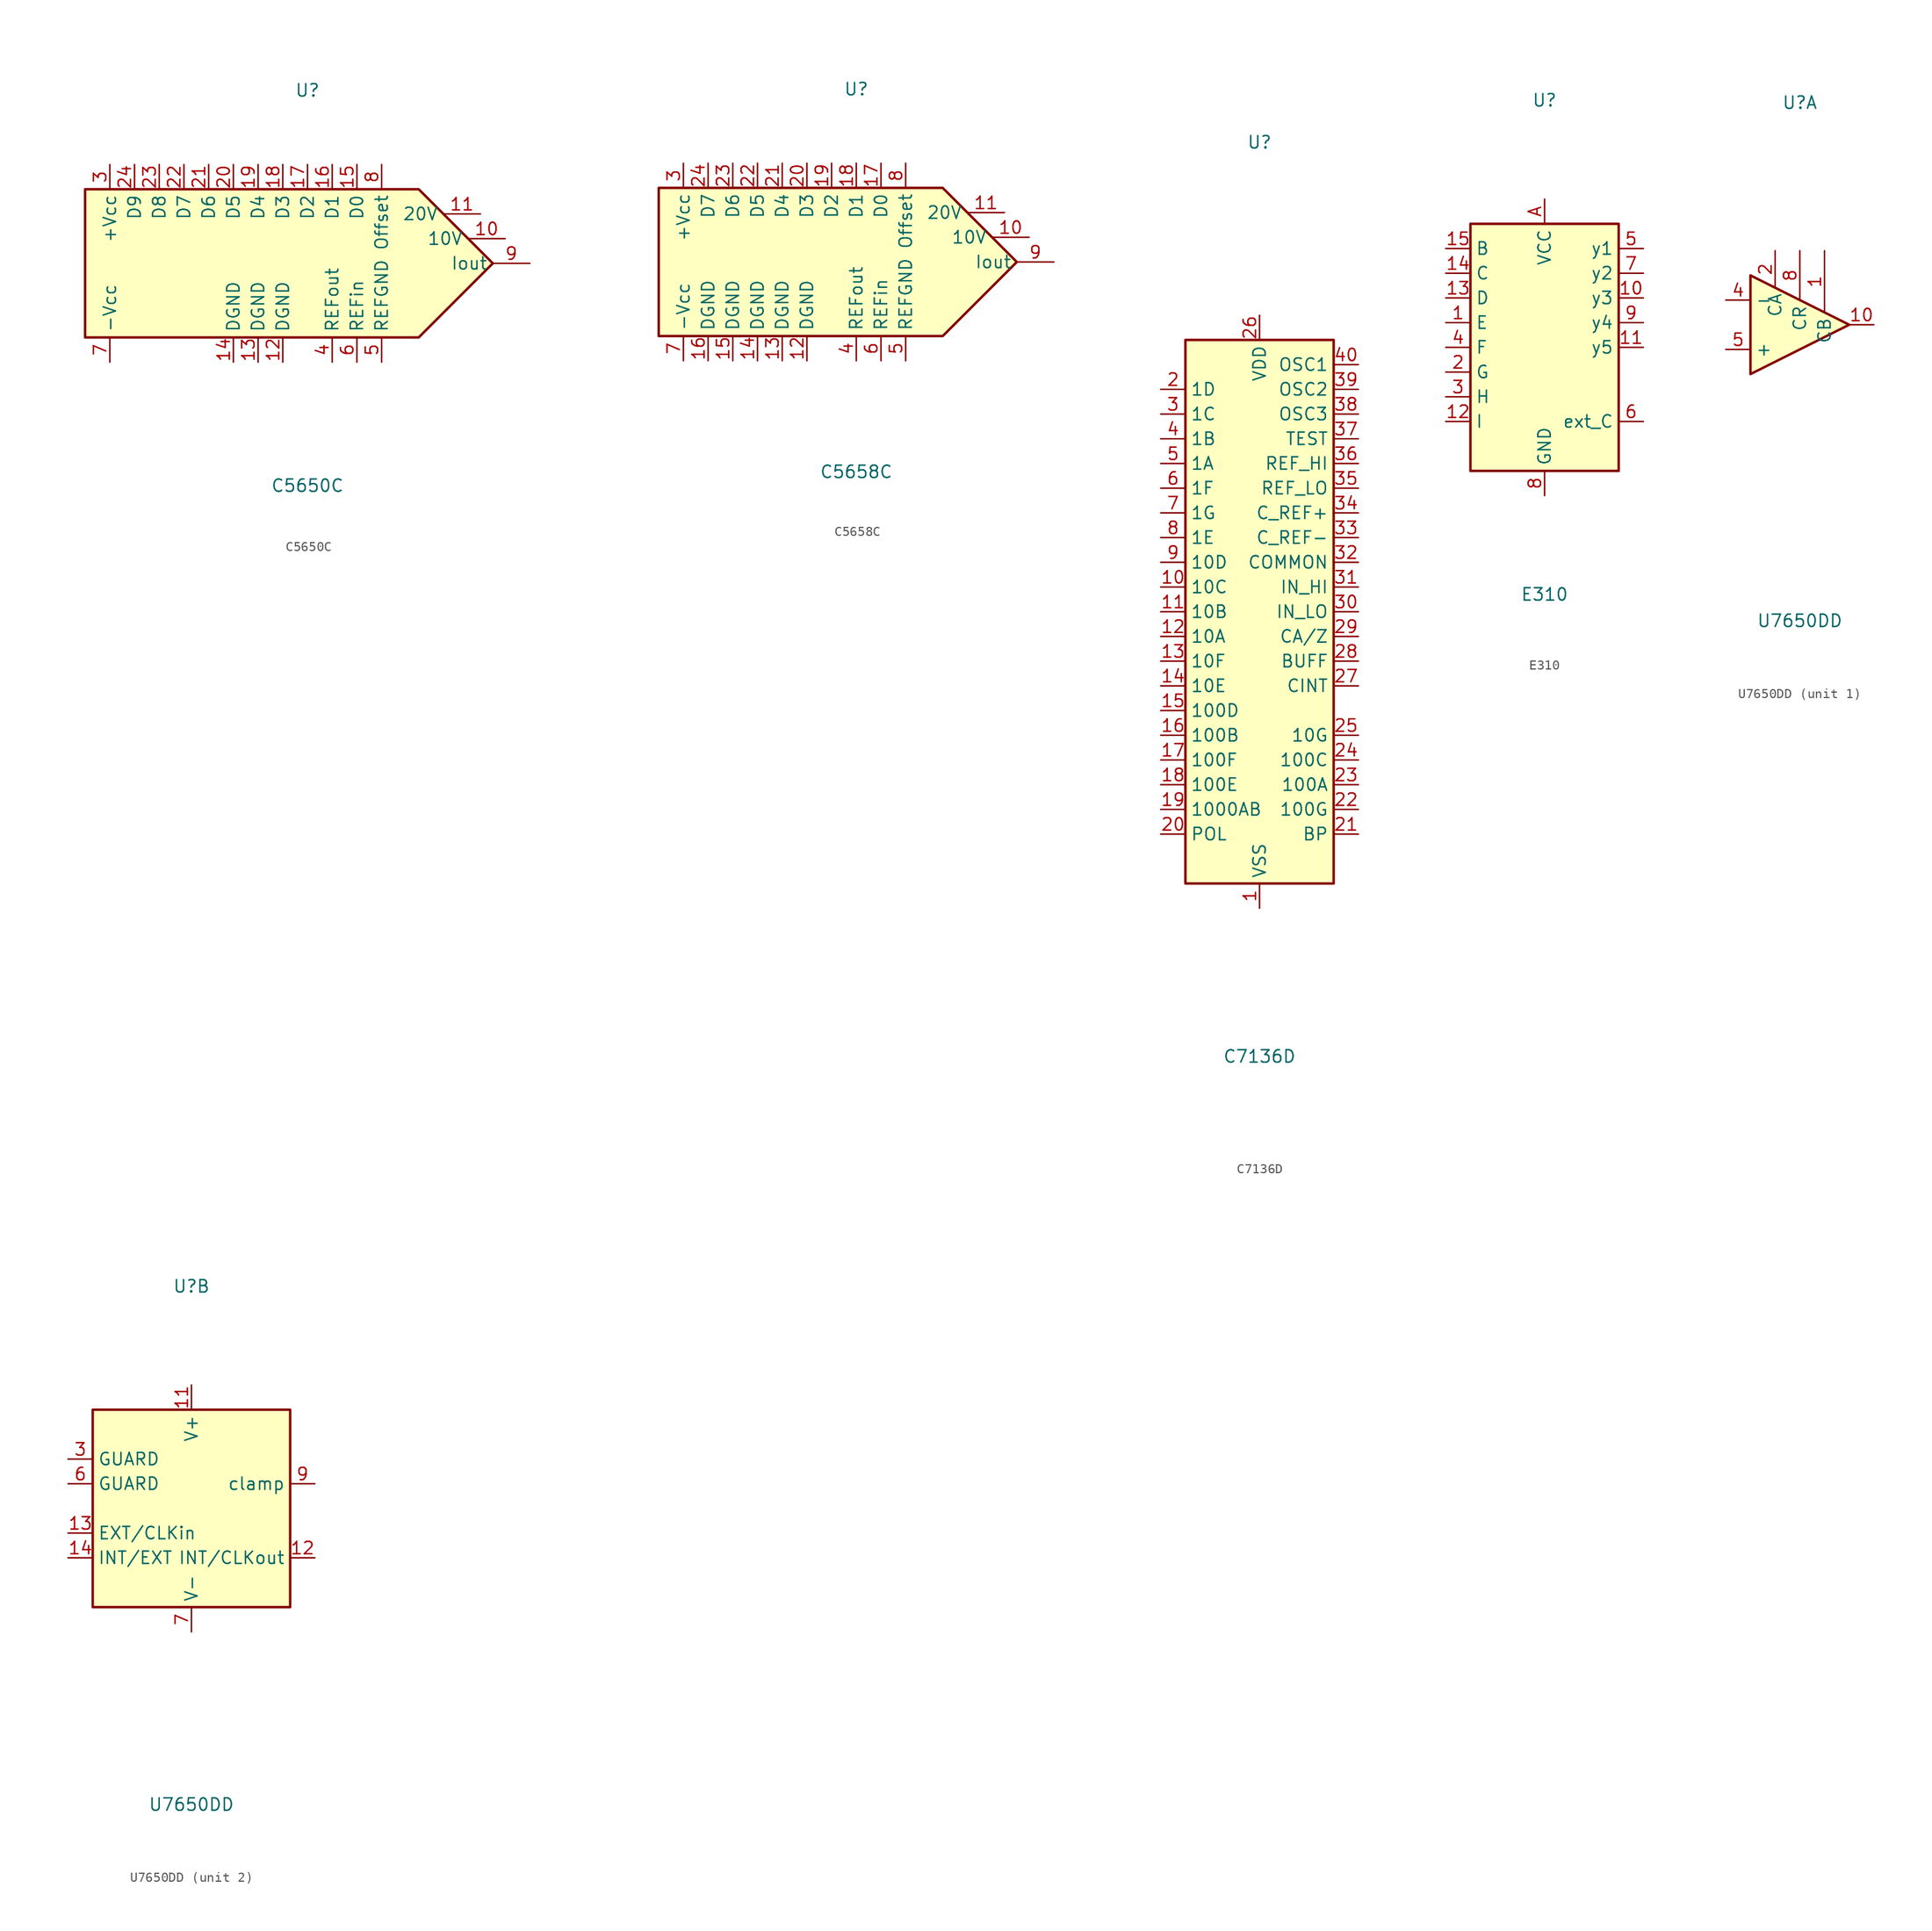
<source format=kicad_sym>
(kicad_symbol_lib
  (version 20211014)
  (generator kicad_symbol_editor)
  (symbol "C5650C"
    (property "Reference" "U"
      (at 0 17.78 0)
      (effects (font (size 1.27 1.27))))
    (property "Value" "C5650C"
      (at 0 -22.86 0)
      (effects (font (size 1.27 1.27))))
    (symbol "C5650C_1_1"
      (polyline (pts (xy -22.86 7.62) (xy 11.43 7.62) (xy 19.05 0) (xy 11.43 -7.62) (xy -22.86 -7.62) (xy -22.86 7.62)) (stroke (width 0.254) (type default) (color 0 0 0 0)) (fill (type background)))
      (pin no_connect line (at -22.86 0 0) (length 2.54) hide (name "~" (effects (font (size 1.27 1.27)))) (number "1" (effects (font (size 1.27 1.27)))))
      (pin output line (at 20.32 2.54 180) (length 3.81) (name "10V" (effects (font (size 1.27 1.27)))) (number "10" (effects (font (size 1.27 1.27)))))
      (pin output line (at 17.78 5.08 180) (length 3.81) (name "20V" (effects (font (size 1.27 1.27)))) (number "11" (effects (font (size 1.27 1.27)))))
      (pin power_in line (at -2.54 -10.16 90) (length 2.54) (name "DGND" (effects (font (size 1.27 1.27)))) (number "12" (effects (font (size 1.27 1.27)))))
      (pin power_in line (at -5.08 -10.16 90) (length 2.54) (name "DGND" (effects (font (size 1.27 1.27)))) (number "13" (effects (font (size 1.27 1.27)))))
      (pin power_in line (at -7.62 -10.16 90) (length 2.54) (name "DGND" (effects (font (size 1.27 1.27)))) (number "14" (effects (font (size 1.27 1.27)))))
      (pin input line (at 5.08 10.16 270) (length 2.54) (name "D0" (effects (font (size 1.27 1.27)))) (number "15" (effects (font (size 1.27 1.27)))))
      (pin input line (at 2.54 10.16 270) (length 2.54) (name "D1" (effects (font (size 1.27 1.27)))) (number "16" (effects (font (size 1.27 1.27)))))
      (pin input line (at 0 10.16 270) (length 2.54) (name "D2" (effects (font (size 1.27 1.27)))) (number "17" (effects (font (size 1.27 1.27)))))
      (pin input line (at -2.54 10.16 270) (length 2.54) (name "D3" (effects (font (size 1.27 1.27)))) (number "18" (effects (font (size 1.27 1.27)))))
      (pin input line (at -5.08 10.16 270) (length 2.54) (name "D4" (effects (font (size 1.27 1.27)))) (number "19" (effects (font (size 1.27 1.27)))))
      (pin no_connect line (at -22.86 -2.54 0) (length 2.54) hide (name "~" (effects (font (size 1.27 1.27)))) (number "2" (effects (font (size 1.27 1.27)))))
      (pin input line (at -7.62 10.16 270) (length 2.54) (name "D5" (effects (font (size 1.27 1.27)))) (number "20" (effects (font (size 1.27 1.27)))))
      (pin input line (at -10.16 10.16 270) (length 2.54) (name "D6" (effects (font (size 1.27 1.27)))) (number "21" (effects (font (size 1.27 1.27)))))
      (pin input line (at -12.7 10.16 270) (length 2.54) (name "D7" (effects (font (size 1.27 1.27)))) (number "22" (effects (font (size 1.27 1.27)))))
      (pin input line (at -15.24 10.16 270) (length 2.54) (name "D8" (effects (font (size 1.27 1.27)))) (number "23" (effects (font (size 1.27 1.27)))))
      (pin input line (at -17.78 10.16 270) (length 2.54) (name "D9" (effects (font (size 1.27 1.27)))) (number "24" (effects (font (size 1.27 1.27)))))
      (pin power_in line (at -20.32 10.16 270) (length 2.54) (name "+Vcc" (effects (font (size 1.27 1.27)))) (number "3" (effects (font (size 1.27 1.27)))))
      (pin power_out line (at 2.54 -10.16 90) (length 2.54) (name "REFout" (effects (font (size 1.27 1.27)))) (number "4" (effects (font (size 1.27 1.27)))))
      (pin power_in line (at 7.62 -10.16 90) (length 2.54) (name "REFGND" (effects (font (size 1.27 1.27)))) (number "5" (effects (font (size 1.27 1.27)))))
      (pin input line (at 5.08 -10.16 90) (length 2.54) (name "REFin" (effects (font (size 1.27 1.27)))) (number "6" (effects (font (size 1.27 1.27)))))
      (pin input line (at -20.32 -10.16 90) (length 2.54) (name "-Vcc" (effects (font (size 1.27 1.27)))) (number "7" (effects (font (size 1.27 1.27)))))
      (pin input line (at 7.62 10.16 270) (length 2.54) (name "Offset" (effects (font (size 1.27 1.27)))) (number "8" (effects (font (size 1.27 1.27)))))
      (pin output line (at 22.86 0 180) (length 3.81) (name "Iout" (effects (font (size 1.27 1.27)))) (number "9" (effects (font (size 1.27 1.27)))))))
  (symbol "C5658C"
    (property "Reference" "U"
      (at 0 17.78 0)
      (effects (font (size 1.27 1.27))))
    (property "Value" "C5658C"
      (at 0 -21.59 0)
      (effects (font (size 1.27 1.27))))
    (symbol "C5658C_1_1"
      (polyline (pts (xy -20.32 7.62) (xy 8.89 7.62) (xy 16.51 0) (xy 8.89 -7.62) (xy -20.32 -7.62) (xy -20.32 7.62)) (stroke (width 0.254) (type default) (color 0 0 0 0)) (fill (type background)))
      (pin no_connect line (at -20.32 0 0) (length 2.54) hide (name "~" (effects (font (size 1.27 1.27)))) (number "1" (effects (font (size 1.27 1.27)))))
      (pin output line (at 17.78 2.54 180) (length 3.81) (name "10V" (effects (font (size 1.27 1.27)))) (number "10" (effects (font (size 1.27 1.27)))))
      (pin output line (at 15.24 5.08 180) (length 3.81) (name "20V" (effects (font (size 1.27 1.27)))) (number "11" (effects (font (size 1.27 1.27)))))
      (pin power_in line (at -5.08 -10.16 90) (length 2.54) (name "DGND" (effects (font (size 1.27 1.27)))) (number "12" (effects (font (size 1.27 1.27)))))
      (pin power_in line (at -7.62 -10.16 90) (length 2.54) (name "DGND" (effects (font (size 1.27 1.27)))) (number "13" (effects (font (size 1.27 1.27)))))
      (pin power_in line (at -10.16 -10.16 90) (length 2.54) (name "DGND" (effects (font (size 1.27 1.27)))) (number "14" (effects (font (size 1.27 1.27)))))
      (pin power_in line (at -12.7 -10.16 90) (length 2.54) (name "DGND" (effects (font (size 1.27 1.27)))) (number "15" (effects (font (size 1.27 1.27)))))
      (pin power_in line (at -15.24 -10.16 90) (length 2.54) (name "DGND" (effects (font (size 1.27 1.27)))) (number "16" (effects (font (size 1.27 1.27)))))
      (pin input line (at 2.54 10.16 270) (length 2.54) (name "D0" (effects (font (size 1.27 1.27)))) (number "17" (effects (font (size 1.27 1.27)))))
      (pin input line (at 0 10.16 270) (length 2.54) (name "D1" (effects (font (size 1.27 1.27)))) (number "18" (effects (font (size 1.27 1.27)))))
      (pin input line (at -2.54 10.16 270) (length 2.54) (name "D2" (effects (font (size 1.27 1.27)))) (number "19" (effects (font (size 1.27 1.27)))))
      (pin no_connect line (at -20.32 -2.54 0) (length 2.54) hide (name "~" (effects (font (size 1.27 1.27)))) (number "2" (effects (font (size 1.27 1.27)))))
      (pin input line (at -5.08 10.16 270) (length 2.54) (name "D3" (effects (font (size 1.27 1.27)))) (number "20" (effects (font (size 1.27 1.27)))))
      (pin input line (at -7.62 10.16 270) (length 2.54) (name "D4" (effects (font (size 1.27 1.27)))) (number "21" (effects (font (size 1.27 1.27)))))
      (pin input line (at -10.16 10.16 270) (length 2.54) (name "D5" (effects (font (size 1.27 1.27)))) (number "22" (effects (font (size 1.27 1.27)))))
      (pin input line (at -12.7 10.16 270) (length 2.54) (name "D6" (effects (font (size 1.27 1.27)))) (number "23" (effects (font (size 1.27 1.27)))))
      (pin input line (at -15.24 10.16 270) (length 2.54) (name "D7" (effects (font (size 1.27 1.27)))) (number "24" (effects (font (size 1.27 1.27)))))
      (pin power_in line (at -17.78 10.16 270) (length 2.54) (name "+Vcc" (effects (font (size 1.27 1.27)))) (number "3" (effects (font (size 1.27 1.27)))))
      (pin power_out line (at 0 -10.16 90) (length 2.54) (name "REFout" (effects (font (size 1.27 1.27)))) (number "4" (effects (font (size 1.27 1.27)))))
      (pin power_in line (at 5.08 -10.16 90) (length 2.54) (name "REFGND" (effects (font (size 1.27 1.27)))) (number "5" (effects (font (size 1.27 1.27)))))
      (pin input line (at 2.54 -10.16 90) (length 2.54) (name "REFin" (effects (font (size 1.27 1.27)))) (number "6" (effects (font (size 1.27 1.27)))))
      (pin input line (at -17.78 -10.16 90) (length 2.54) (name "-Vcc" (effects (font (size 1.27 1.27)))) (number "7" (effects (font (size 1.27 1.27)))))
      (pin input line (at 5.08 10.16 270) (length 2.54) (name "Offset" (effects (font (size 1.27 1.27)))) (number "8" (effects (font (size 1.27 1.27)))))
      (pin output line (at 20.32 0 180) (length 3.81) (name "Iout" (effects (font (size 1.27 1.27)))) (number "9" (effects (font (size 1.27 1.27)))))))
  (symbol "C7136D"
    (property "Reference" "U"
      (at 0 48.26 0)
      (effects (font (size 1.27 1.27))))
    (property "Value" "C7136D"
      (at 0 -45.72 0)
      (effects (font (size 1.27 1.27))))
    (symbol "C7136D_0_0"
      (pin power_in line (at 0 -30.48 90) (length 2.54) (name "VSS" (effects (font (size 1.27 1.27)))) (number "1" (effects (font (size 1.27 1.27)))))
      (pin output line (at -10.16 2.54 0) (length 2.54) (name "10C" (effects (font (size 1.27 1.27)))) (number "10" (effects (font (size 1.27 1.27)))))
      (pin output line (at -10.16 0 0) (length 2.54) (name "10B" (effects (font (size 1.27 1.27)))) (number "11" (effects (font (size 1.27 1.27)))))
      (pin output line (at -10.16 -2.54 0) (length 2.54) (name "10A" (effects (font (size 1.27 1.27)))) (number "12" (effects (font (size 1.27 1.27)))))
      (pin output line (at -10.16 -5.08 0) (length 2.54) (name "10F" (effects (font (size 1.27 1.27)))) (number "13" (effects (font (size 1.27 1.27)))))
      (pin output line (at -10.16 -7.62 0) (length 2.54) (name "10E" (effects (font (size 1.27 1.27)))) (number "14" (effects (font (size 1.27 1.27)))))
      (pin output line (at -10.16 -10.16 0) (length 2.54) (name "100D" (effects (font (size 1.27 1.27)))) (number "15" (effects (font (size 1.27 1.27)))))
      (pin output line (at -10.16 -12.7 0) (length 2.54) (name "100B" (effects (font (size 1.27 1.27)))) (number "16" (effects (font (size 1.27 1.27)))))
      (pin output line (at -10.16 -15.24 0) (length 2.54) (name "100F" (effects (font (size 1.27 1.27)))) (number "17" (effects (font (size 1.27 1.27)))))
      (pin output line (at -10.16 -17.78 0) (length 2.54) (name "100E" (effects (font (size 1.27 1.27)))) (number "18" (effects (font (size 1.27 1.27)))))
      (pin output line (at -10.16 -20.32 0) (length 2.54) (name "1000AB" (effects (font (size 1.27 1.27)))) (number "19" (effects (font (size 1.27 1.27)))))
      (pin output line (at -10.16 22.86 0) (length 2.54) (name "1D" (effects (font (size 1.27 1.27)))) (number "2" (effects (font (size 1.27 1.27)))))
      (pin unspecified line (at -10.16 -22.86 0) (length 2.54) (name "POL" (effects (font (size 1.27 1.27)))) (number "20" (effects (font (size 1.27 1.27)))))
      (pin unspecified line (at 10.16 -22.86 180) (length 2.54) (name "BP" (effects (font (size 1.27 1.27)))) (number "21" (effects (font (size 1.27 1.27)))))
      (pin output line (at 10.16 -20.32 180) (length 2.54) (name "100G" (effects (font (size 1.27 1.27)))) (number "22" (effects (font (size 1.27 1.27)))))
      (pin output line (at 10.16 -17.78 180) (length 2.54) (name "100A" (effects (font (size 1.27 1.27)))) (number "23" (effects (font (size 1.27 1.27)))))
      (pin output line (at 10.16 -15.24 180) (length 2.54) (name "100C" (effects (font (size 1.27 1.27)))) (number "24" (effects (font (size 1.27 1.27)))))
      (pin output line (at 10.16 -12.7 180) (length 2.54) (name "10G" (effects (font (size 1.27 1.27)))) (number "25" (effects (font (size 1.27 1.27)))))
      (pin power_in line (at 0 30.48 270) (length 2.54) (name "VDD" (effects (font (size 1.27 1.27)))) (number "26" (effects (font (size 1.27 1.27)))))
      (pin passive line (at 10.16 -7.62 180) (length 2.54) (name "CINT" (effects (font (size 1.27 1.27)))) (number "27" (effects (font (size 1.27 1.27)))))
      (pin unspecified line (at 10.16 -5.08 180) (length 2.54) (name "BUFF" (effects (font (size 1.27 1.27)))) (number "28" (effects (font (size 1.27 1.27)))))
      (pin unspecified line (at 10.16 -2.54 180) (length 2.54) (name "CA/Z" (effects (font (size 1.27 1.27)))) (number "29" (effects (font (size 1.27 1.27)))))
      (pin output line (at -10.16 20.32 0) (length 2.54) (name "1C" (effects (font (size 1.27 1.27)))) (number "3" (effects (font (size 1.27 1.27)))))
      (pin input line (at 10.16 0 180) (length 2.54) (name "IN_LO" (effects (font (size 1.27 1.27)))) (number "30" (effects (font (size 1.27 1.27)))))
      (pin input line (at 10.16 2.54 180) (length 2.54) (name "IN_HI" (effects (font (size 1.27 1.27)))) (number "31" (effects (font (size 1.27 1.27)))))
      (pin unspecified line (at 10.16 5.08 180) (length 2.54) (name "COMMON" (effects (font (size 1.27 1.27)))) (number "32" (effects (font (size 1.27 1.27)))))
      (pin passive line (at 10.16 7.62 180) (length 2.54) (name "C_REF-" (effects (font (size 1.27 1.27)))) (number "33" (effects (font (size 1.27 1.27)))))
      (pin passive line (at 10.16 10.16 180) (length 2.54) (name "C_REF+" (effects (font (size 1.27 1.27)))) (number "34" (effects (font (size 1.27 1.27)))))
      (pin unspecified line (at 10.16 12.7 180) (length 2.54) (name "REF_LO" (effects (font (size 1.27 1.27)))) (number "35" (effects (font (size 1.27 1.27)))))
      (pin unspecified line (at 10.16 15.24 180) (length 2.54) (name "REF_HI" (effects (font (size 1.27 1.27)))) (number "36" (effects (font (size 1.27 1.27)))))
      (pin unspecified line (at 10.16 17.78 180) (length 2.54) (name "TEST" (effects (font (size 1.27 1.27)))) (number "37" (effects (font (size 1.27 1.27)))))
      (pin unspecified line (at 10.16 20.32 180) (length 2.54) (name "OSC3" (effects (font (size 1.27 1.27)))) (number "38" (effects (font (size 1.27 1.27)))))
      (pin unspecified line (at 10.16 22.86 180) (length 2.54) (name "OSC2" (effects (font (size 1.27 1.27)))) (number "39" (effects (font (size 1.27 1.27)))))
      (pin output line (at -10.16 17.78 0) (length 2.54) (name "1B" (effects (font (size 1.27 1.27)))) (number "4" (effects (font (size 1.27 1.27)))))
      (pin unspecified line (at 10.16 25.4 180) (length 2.54) (name "OSC1" (effects (font (size 1.27 1.27)))) (number "40" (effects (font (size 1.27 1.27)))))
      (pin output line (at -10.16 15.24 0) (length 2.54) (name "1A" (effects (font (size 1.27 1.27)))) (number "5" (effects (font (size 1.27 1.27)))))
      (pin output line (at -10.16 12.7 0) (length 2.54) (name "1F" (effects (font (size 1.27 1.27)))) (number "6" (effects (font (size 1.27 1.27)))))
      (pin output line (at -10.16 10.16 0) (length 2.54) (name "1G" (effects (font (size 1.27 1.27)))) (number "7" (effects (font (size 1.27 1.27)))))
      (pin output line (at -10.16 7.62 0) (length 2.54) (name "1E" (effects (font (size 1.27 1.27)))) (number "8" (effects (font (size 1.27 1.27)))))
      (pin output line (at -10.16 5.08 0) (length 2.54) (name "10D" (effects (font (size 1.27 1.27)))) (number "9" (effects (font (size 1.27 1.27))))))
    (symbol "C7136D_0_1"
      (rectangle (start -7.62 27.94) (end 7.62 -27.94) (stroke (width 0.254) (type default) (color 0 0 0 0)) (fill (type background)))))
  (symbol "E310"
    (property "Reference" "U"
      (at 0 25.4 0)
      (effects (font (size 1.27 1.27))))
    (property "Value" "E310"
      (at 0 -25.4 0)
      (effects (font (size 1.27 1.27))))
    (symbol "E310_0_1"
      (rectangle (start -7.62 12.7) (end 7.62 -12.7) (stroke (width 0.254) (type default) (color 0 0 0 0)) (fill (type background))))
    (symbol "E310_1_1"
      (pin input line (at -10.16 2.54 0) (length 2.54) (name "E" (effects (font (size 1.27 1.27)))) (number "1" (effects (font (size 1.27 1.27)))))
      (pin output line (at 10.16 5.08 180) (length 2.54) (name "y3" (effects (font (size 1.27 1.27)))) (number "10" (effects (font (size 1.27 1.27)))))
      (pin output line (at 10.16 0 180) (length 2.54) (name "y5" (effects (font (size 1.27 1.27)))) (number "11" (effects (font (size 1.27 1.27)))))
      (pin input line (at -10.16 -7.62 0) (length 2.54) (name "I" (effects (font (size 1.27 1.27)))) (number "12" (effects (font (size 1.27 1.27)))))
      (pin input line (at -10.16 5.08 0) (length 2.54) (name "D" (effects (font (size 1.27 1.27)))) (number "13" (effects (font (size 1.27 1.27)))))
      (pin input line (at -10.16 7.62 0) (length 2.54) (name "C" (effects (font (size 1.27 1.27)))) (number "14" (effects (font (size 1.27 1.27)))))
      (pin input line (at -10.16 10.16 0) (length 2.54) (name "B" (effects (font (size 1.27 1.27)))) (number "15" (effects (font (size 1.27 1.27)))))
      (pin input line (at -10.16 -2.54 0) (length 2.54) (name "G" (effects (font (size 1.27 1.27)))) (number "2" (effects (font (size 1.27 1.27)))))
      (pin input line (at -10.16 -5.08 0) (length 2.54) (name "H" (effects (font (size 1.27 1.27)))) (number "3" (effects (font (size 1.27 1.27)))))
      (pin input line (at -10.16 0 0) (length 2.54) (name "F" (effects (font (size 1.27 1.27)))) (number "4" (effects (font (size 1.27 1.27)))))
      (pin output line (at 10.16 10.16 180) (length 2.54) (name "y1" (effects (font (size 1.27 1.27)))) (number "5" (effects (font (size 1.27 1.27)))))
      (pin passive line (at 10.16 -7.62 180) (length 2.54) (name "ext_C" (effects (font (size 1.27 1.27)))) (number "6" (effects (font (size 1.27 1.27)))))
      (pin output line (at 10.16 7.62 180) (length 2.54) (name "y2" (effects (font (size 1.27 1.27)))) (number "7" (effects (font (size 1.27 1.27)))))
      (pin power_in line (at 0 -15.24 90) (length 2.54) (name "GND" (effects (font (size 1.27 1.27)))) (number "8" (effects (font (size 1.27 1.27)))))
      (pin output line (at 10.16 2.54 180) (length 2.54) (name "y4" (effects (font (size 1.27 1.27)))) (number "9" (effects (font (size 1.27 1.27)))))
      (pin power_in line (at 0 15.24 270) (length 2.54) (name "VCC" (effects (font (size 1.27 1.27)))) (number "A" (effects (font (size 1.27 1.27)))))))
  (symbol "U7650DD"
    (property "Reference" "U"
      (at 0 22.86 0)
      (effects (font (size 1.27 1.27))))
    (property "Value" "U7650DD"
      (at 0 -30.48 0)
      (effects (font (size 1.27 1.27))))
    (property "ki_locked" ""
      (at 0 0 0)
      (effects (font (size 1.27 1.27))))
    (symbol "U7650DD_1_1"
      (polyline (pts (xy -5.08 5.08) (xy 5.08 0) (xy -5.08 -5.08) (xy -5.08 5.08)) (stroke (width 0.254) (type default) (color 0 0 0 0)) (fill (type background)))
      (pin passive line (at 2.54 7.62 270) (length 6.35) (name "CB" (effects (font (size 1.27 1.27)))) (number "1" (effects (font (size 1.27 1.27)))))
      (pin output line (at 7.62 0 180) (length 2.54) (name "~" (effects (font (size 1.27 1.27)))) (number "10" (effects (font (size 1.27 1.27)))))
      (pin power_in line (at -2.54 7.62 270) (length 3.81) (name "CA" (effects (font (size 1.27 1.27)))) (number "2" (effects (font (size 1.27 1.27)))))
      (pin input line (at -7.62 2.54 0) (length 2.54) (name "-" (effects (font (size 1.27 1.27)))) (number "4" (effects (font (size 1.27 1.27)))))
      (pin input line (at -7.62 -2.54 0) (length 2.54) (name "+" (effects (font (size 1.27 1.27)))) (number "5" (effects (font (size 1.27 1.27)))))
      (pin input line (at 0 7.62 270) (length 5.08) (name "CR" (effects (font (size 1.27 1.27)))) (number "8" (effects (font (size 1.27 1.27))))))
    (symbol "U7650DD_2_1"
      (rectangle (start -10.16 10.16) (end 10.16 -10.16) (stroke (width 0.254) (type default) (color 0 0 0 0)) (fill (type background)))
      (pin power_in line (at 0 12.7 270) (length 2.54) (name "V+" (effects (font (size 1.27 1.27)))) (number "11" (effects (font (size 1.27 1.27)))))
      (pin output line (at 12.7 -5.08 180) (length 2.54) (name "INT/CLKout" (effects (font (size 1.27 1.27)))) (number "12" (effects (font (size 1.27 1.27)))))
      (pin input line (at -12.7 -2.54 0) (length 2.54) (name "EXT/CLKin" (effects (font (size 1.27 1.27)))) (number "13" (effects (font (size 1.27 1.27)))))
      (pin input line (at -12.7 -5.08 0) (length 2.54) (name "INT/EXT" (effects (font (size 1.27 1.27)))) (number "14" (effects (font (size 1.27 1.27)))))
      (pin passive line (at -12.7 5.08 0) (length 2.54) (name "GUARD" (effects (font (size 1.27 1.27)))) (number "3" (effects (font (size 1.27 1.27)))))
      (pin passive line (at -12.7 2.54 0) (length 2.54) (name "GUARD" (effects (font (size 1.27 1.27)))) (number "6" (effects (font (size 1.27 1.27)))))
      (pin power_in line (at 0 -12.7 90) (length 2.54) (name "V-" (effects (font (size 1.27 1.27)))) (number "7" (effects (font (size 1.27 1.27)))))
      (pin passive line (at 12.7 2.54 180) (length 2.54) (name "clamp" (effects (font (size 1.27 1.27)))) (number "9" (effects (font (size 1.27 1.27))))))))
</source>
